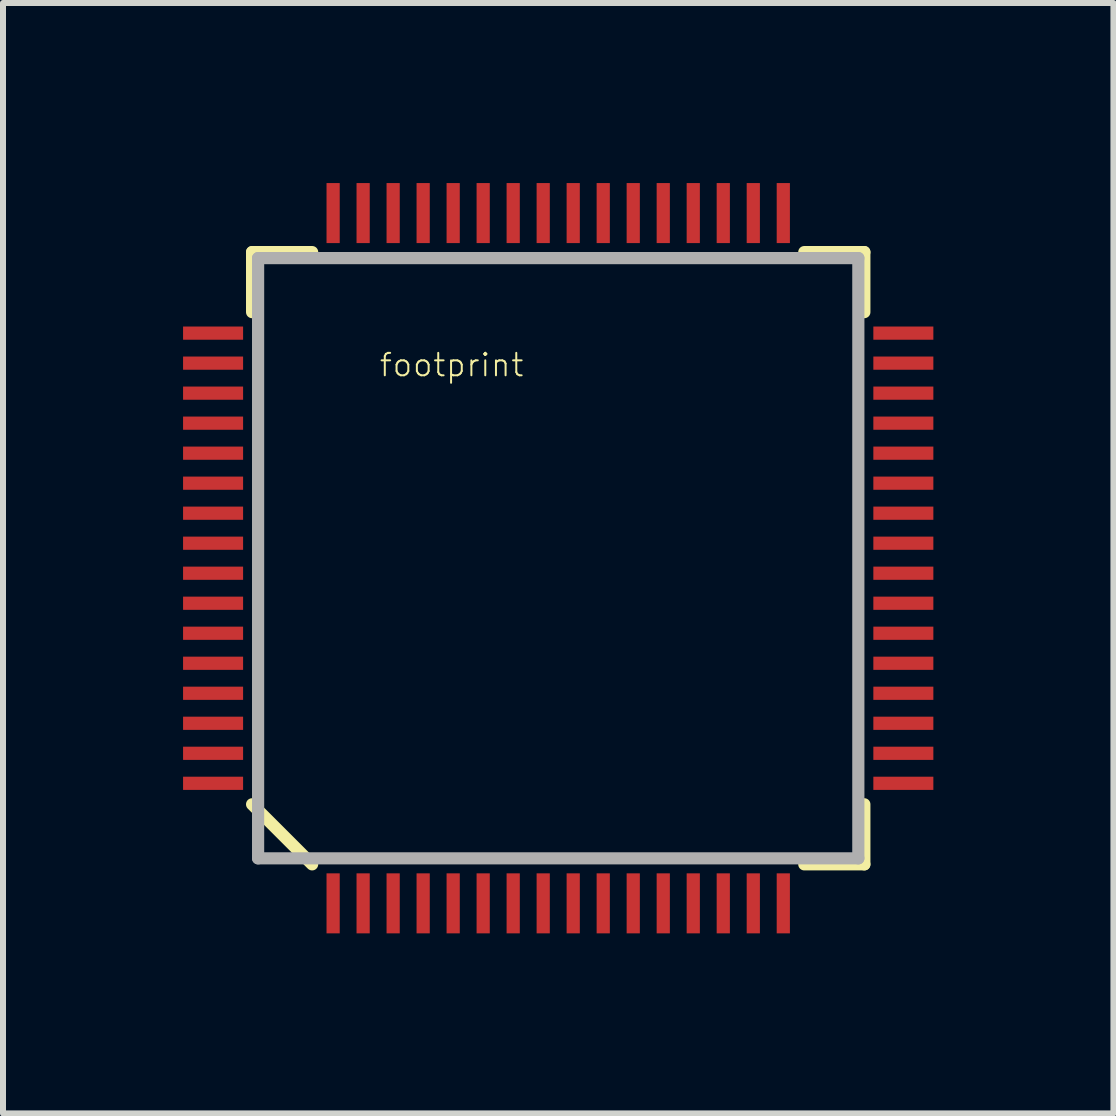
<source format=kicad_pcb>
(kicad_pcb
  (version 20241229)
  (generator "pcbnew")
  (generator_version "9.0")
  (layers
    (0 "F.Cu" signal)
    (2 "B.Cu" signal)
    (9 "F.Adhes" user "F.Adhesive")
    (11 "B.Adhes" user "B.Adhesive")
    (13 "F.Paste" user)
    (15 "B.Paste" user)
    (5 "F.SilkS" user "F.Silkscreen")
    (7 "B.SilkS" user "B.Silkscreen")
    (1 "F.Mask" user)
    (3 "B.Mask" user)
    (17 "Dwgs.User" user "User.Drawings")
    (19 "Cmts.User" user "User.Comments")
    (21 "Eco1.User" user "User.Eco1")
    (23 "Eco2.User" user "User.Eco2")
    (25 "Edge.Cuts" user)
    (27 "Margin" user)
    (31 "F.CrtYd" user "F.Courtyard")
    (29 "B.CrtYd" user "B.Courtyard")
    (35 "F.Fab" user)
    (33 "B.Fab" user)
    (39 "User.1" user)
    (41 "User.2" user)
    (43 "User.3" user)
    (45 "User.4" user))
  (footprint "footprint"
    (layer "F.Cu")
    (at 6.25 6.25)
    (property "Reference" "footprint" (at -3 -3 0) (layer "F.SilkS") (effects (font (size 0.374 0.374) (thickness 0.033)) (justify left bottom)))
    (fp_line (start -5.1 -5.1) (end -4.1 -5.1) (stroke (width 0.203) (type solid)) (layer "F.SilkS"))
    (fp_line (start -5.1 -4.1) (end -5.1 -5.1) (stroke (width 0.203) (type solid)) (layer "F.SilkS"))
    (fp_line (start -5.1 4.1) (end -4.1 5.1) (stroke (width 0.203) (type solid)) (layer "F.SilkS"))
    (fp_line (start 4.1 -5.1) (end 5.1 -5.1) (stroke (width 0.203) (type solid)) (layer "F.SilkS"))
    (fp_line (start 4.1 5.1) (end 5.1 5.1) (stroke (width 0.203) (type solid)) (layer "F.SilkS"))
    (fp_line (start 5.1 -5.1) (end 5.1 -4.1) (stroke (width 0.203) (type solid)) (layer "F.SilkS"))
    (fp_line (start 5.1 5.1) (end 5.1 4.1) (stroke (width 0.203) (type solid)) (layer "F.SilkS"))
    (fp_line (start -5 -5) (end 5 -5) (stroke (width 0.203) (type solid)) (layer "F.Fab"))
    (fp_line (start -5 5) (end -5 -5) (stroke (width 0.203) (type solid)) (layer "F.Fab"))
    (fp_line (start 5 -5) (end 5 5) (stroke (width 0.203) (type solid)) (layer "F.Fab"))
    (fp_line (start 5 5) (end -5 5) (stroke (width 0.203) (type solid)) (layer "F.Fab"))
    (pad "1" smd rect (at -3.75 5.75) (size 0.22 1) (layers "F.Cu" "F.Mask" "F.Paste"))
    (pad "2" smd rect (at -3.25 5.75) (size 0.22 1) (layers "F.Cu" "F.Mask" "F.Paste"))
    (pad "3" smd rect (at -2.75 5.75) (size 0.22 1) (layers "F.Cu" "F.Mask" "F.Paste"))
    (pad "4" smd rect (at -2.25 5.75) (size 0.22 1) (layers "F.Cu" "F.Mask" "F.Paste"))
    (pad "5" smd rect (at -1.75 5.75) (size 0.22 1) (layers "F.Cu" "F.Mask" "F.Paste"))
    (pad "6" smd rect (at -1.25 5.75) (size 0.22 1) (layers "F.Cu" "F.Mask" "F.Paste"))
    (pad "7" smd rect (at -0.75 5.75) (size 0.22 1) (layers "F.Cu" "F.Mask" "F.Paste"))
    (pad "8" smd rect (at -0.25 5.75) (size 0.22 1) (layers "F.Cu" "F.Mask" "F.Paste"))
    (pad "9" smd rect (at 0.25 5.75) (size 0.22 1) (layers "F.Cu" "F.Mask" "F.Paste"))
    (pad "10" smd rect (at 0.75 5.75) (size 0.22 1) (layers "F.Cu" "F.Mask" "F.Paste"))
    (pad "11" smd rect (at 1.25 5.75) (size 0.22 1) (layers "F.Cu" "F.Mask" "F.Paste"))
    (pad "12" smd rect (at 1.75 5.75) (size 0.22 1) (layers "F.Cu" "F.Mask" "F.Paste"))
    (pad "13" smd rect (at 2.25 5.75) (size 0.22 1) (layers "F.Cu" "F.Mask" "F.Paste"))
    (pad "14" smd rect (at 2.75 5.75) (size 0.22 1) (layers "F.Cu" "F.Mask" "F.Paste"))
    (pad "15" smd rect (at 3.25 5.75) (size 0.22 1) (layers "F.Cu" "F.Mask" "F.Paste"))
    (pad "16" smd rect (at 3.75 5.75) (size 0.22 1) (layers "F.Cu" "F.Mask" "F.Paste"))
    (pad "17" smd rect (at 5.75 3.75 90) (size 0.22 1) (layers "F.Cu" "F.Mask" "F.Paste"))
    (pad "18" smd rect (at 5.75 3.25 90) (size 0.22 1) (layers "F.Cu" "F.Mask" "F.Paste"))
    (pad "19" smd rect (at 5.75 2.75 90) (size 0.22 1) (layers "F.Cu" "F.Mask" "F.Paste"))
    (pad "20" smd rect (at 5.75 2.25 90) (size 0.22 1) (layers "F.Cu" "F.Mask" "F.Paste"))
    (pad "21" smd rect (at 5.75 1.75 90) (size 0.22 1) (layers "F.Cu" "F.Mask" "F.Paste"))
    (pad "22" smd rect (at 5.75 1.25 90) (size 0.22 1) (layers "F.Cu" "F.Mask" "F.Paste"))
    (pad "23" smd rect (at 5.75 0.75 90) (size 0.22 1) (layers "F.Cu" "F.Mask" "F.Paste"))
    (pad "24" smd rect (at 5.75 0.25 90) (size 0.22 1) (layers "F.Cu" "F.Mask" "F.Paste"))
    (pad "25" smd rect (at 5.75 -0.25 90) (size 0.22 1) (layers "F.Cu" "F.Mask" "F.Paste"))
    (pad "26" smd rect (at 5.75 -0.75 90) (size 0.22 1) (layers "F.Cu" "F.Mask" "F.Paste"))
    (pad "27" smd rect (at 5.75 -1.25 90) (size 0.22 1) (layers "F.Cu" "F.Mask" "F.Paste"))
    (pad "28" smd rect (at 5.75 -1.75 90) (size 0.22 1) (layers "F.Cu" "F.Mask" "F.Paste"))
    (pad "29" smd rect (at 5.75 -2.25 90) (size 0.22 1) (layers "F.Cu" "F.Mask" "F.Paste"))
    (pad "30" smd rect (at 5.75 -2.75 90) (size 0.22 1) (layers "F.Cu" "F.Mask" "F.Paste"))
    (pad "31" smd rect (at 5.75 -3.25 90) (size 0.22 1) (layers "F.Cu" "F.Mask" "F.Paste"))
    (pad "32" smd rect (at 5.75 -3.75 90) (size 0.22 1) (layers "F.Cu" "F.Mask" "F.Paste"))
    (pad "33" smd rect (at 3.75 -5.75 180) (size 0.22 1) (layers "F.Cu" "F.Mask" "F.Paste"))
    (pad "34" smd rect (at 3.25 -5.75 180) (size 0.22 1) (layers "F.Cu" "F.Mask" "F.Paste"))
    (pad "35" smd rect (at 2.75 -5.75 180) (size 0.22 1) (layers "F.Cu" "F.Mask" "F.Paste"))
    (pad "36" smd rect (at 2.25 -5.75 180) (size 0.22 1) (layers "F.Cu" "F.Mask" "F.Paste"))
    (pad "37" smd rect (at 1.75 -5.75 180) (size 0.22 1) (layers "F.Cu" "F.Mask" "F.Paste"))
    (pad "38" smd rect (at 1.25 -5.75 180) (size 0.22 1) (layers "F.Cu" "F.Mask" "F.Paste"))
    (pad "39" smd rect (at 0.75 -5.75 180) (size 0.22 1) (layers "F.Cu" "F.Mask" "F.Paste"))
    (pad "40" smd rect (at 0.25 -5.75 180) (size 0.22 1) (layers "F.Cu" "F.Mask" "F.Paste"))
    (pad "41" smd rect (at -0.25 -5.75 180) (size 0.22 1) (layers "F.Cu" "F.Mask" "F.Paste"))
    (pad "42" smd rect (at -0.75 -5.75 180) (size 0.22 1) (layers "F.Cu" "F.Mask" "F.Paste"))
    (pad "43" smd rect (at -1.25 -5.75 180) (size 0.22 1) (layers "F.Cu" "F.Mask" "F.Paste"))
    (pad "44" smd rect (at -1.75 -5.75 180) (size 0.22 1) (layers "F.Cu" "F.Mask" "F.Paste"))
    (pad "45" smd rect (at -2.25 -5.75 180) (size 0.22 1) (layers "F.Cu" "F.Mask" "F.Paste"))
    (pad "46" smd rect (at -2.75 -5.75 180) (size 0.22 1) (layers "F.Cu" "F.Mask" "F.Paste"))
    (pad "47" smd rect (at -3.25 -5.75 180) (size 0.22 1) (layers "F.Cu" "F.Mask" "F.Paste"))
    (pad "48" smd rect (at -3.75 -5.75 180) (size 0.22 1) (layers "F.Cu" "F.Mask" "F.Paste"))
    (pad "49" smd rect (at -5.75 -3.75 270) (size 0.22 1) (layers "F.Cu" "F.Mask" "F.Paste"))
    (pad "50" smd rect (at -5.75 -3.25 270) (size 0.22 1) (layers "F.Cu" "F.Mask" "F.Paste"))
    (pad "51" smd rect (at -5.75 -2.75 270) (size 0.22 1) (layers "F.Cu" "F.Mask" "F.Paste"))
    (pad "52" smd rect (at -5.75 -2.25 270) (size 0.22 1) (layers "F.Cu" "F.Mask" "F.Paste"))
    (pad "53" smd rect (at -5.75 -1.75 270) (size 0.22 1) (layers "F.Cu" "F.Mask" "F.Paste"))
    (pad "54" smd rect (at -5.75 -1.25 270) (size 0.22 1) (layers "F.Cu" "F.Mask" "F.Paste"))
    (pad "55" smd rect (at -5.75 -0.75 270) (size 0.22 1) (layers "F.Cu" "F.Mask" "F.Paste"))
    (pad "56" smd rect (at -5.75 -0.25 270) (size 0.22 1) (layers "F.Cu" "F.Mask" "F.Paste"))
    (pad "57" smd rect (at -5.75 0.25 270) (size 0.22 1) (layers "F.Cu" "F.Mask" "F.Paste"))
    (pad "58" smd rect (at -5.75 0.75 270) (size 0.22 1) (layers "F.Cu" "F.Mask" "F.Paste"))
    (pad "59" smd rect (at -5.75 1.25 270) (size 0.22 1) (layers "F.Cu" "F.Mask" "F.Paste"))
    (pad "60" smd rect (at -5.75 1.75 270) (size 0.22 1) (layers "F.Cu" "F.Mask" "F.Paste"))
    (pad "61" smd rect (at -5.75 2.25 270) (size 0.22 1) (layers "F.Cu" "F.Mask" "F.Paste"))
    (pad "62" smd rect (at -5.75 2.75 270) (size 0.22 1) (layers "F.Cu" "F.Mask" "F.Paste"))
    (pad "63" smd rect (at -5.75 3.25 270) (size 0.22 1) (layers "F.Cu" "F.Mask" "F.Paste"))
    (pad "64" smd rect (at -5.75 3.75 270) (size 0.22 1) (layers "F.Cu" "F.Mask" "F.Paste")))
  (gr_rect
    (start -3 -3)
    (end 15.5 15.5)
    (stroke (width 0.1) (type default))
    (fill no)
    (layer "Edge.Cuts")))
</source>
